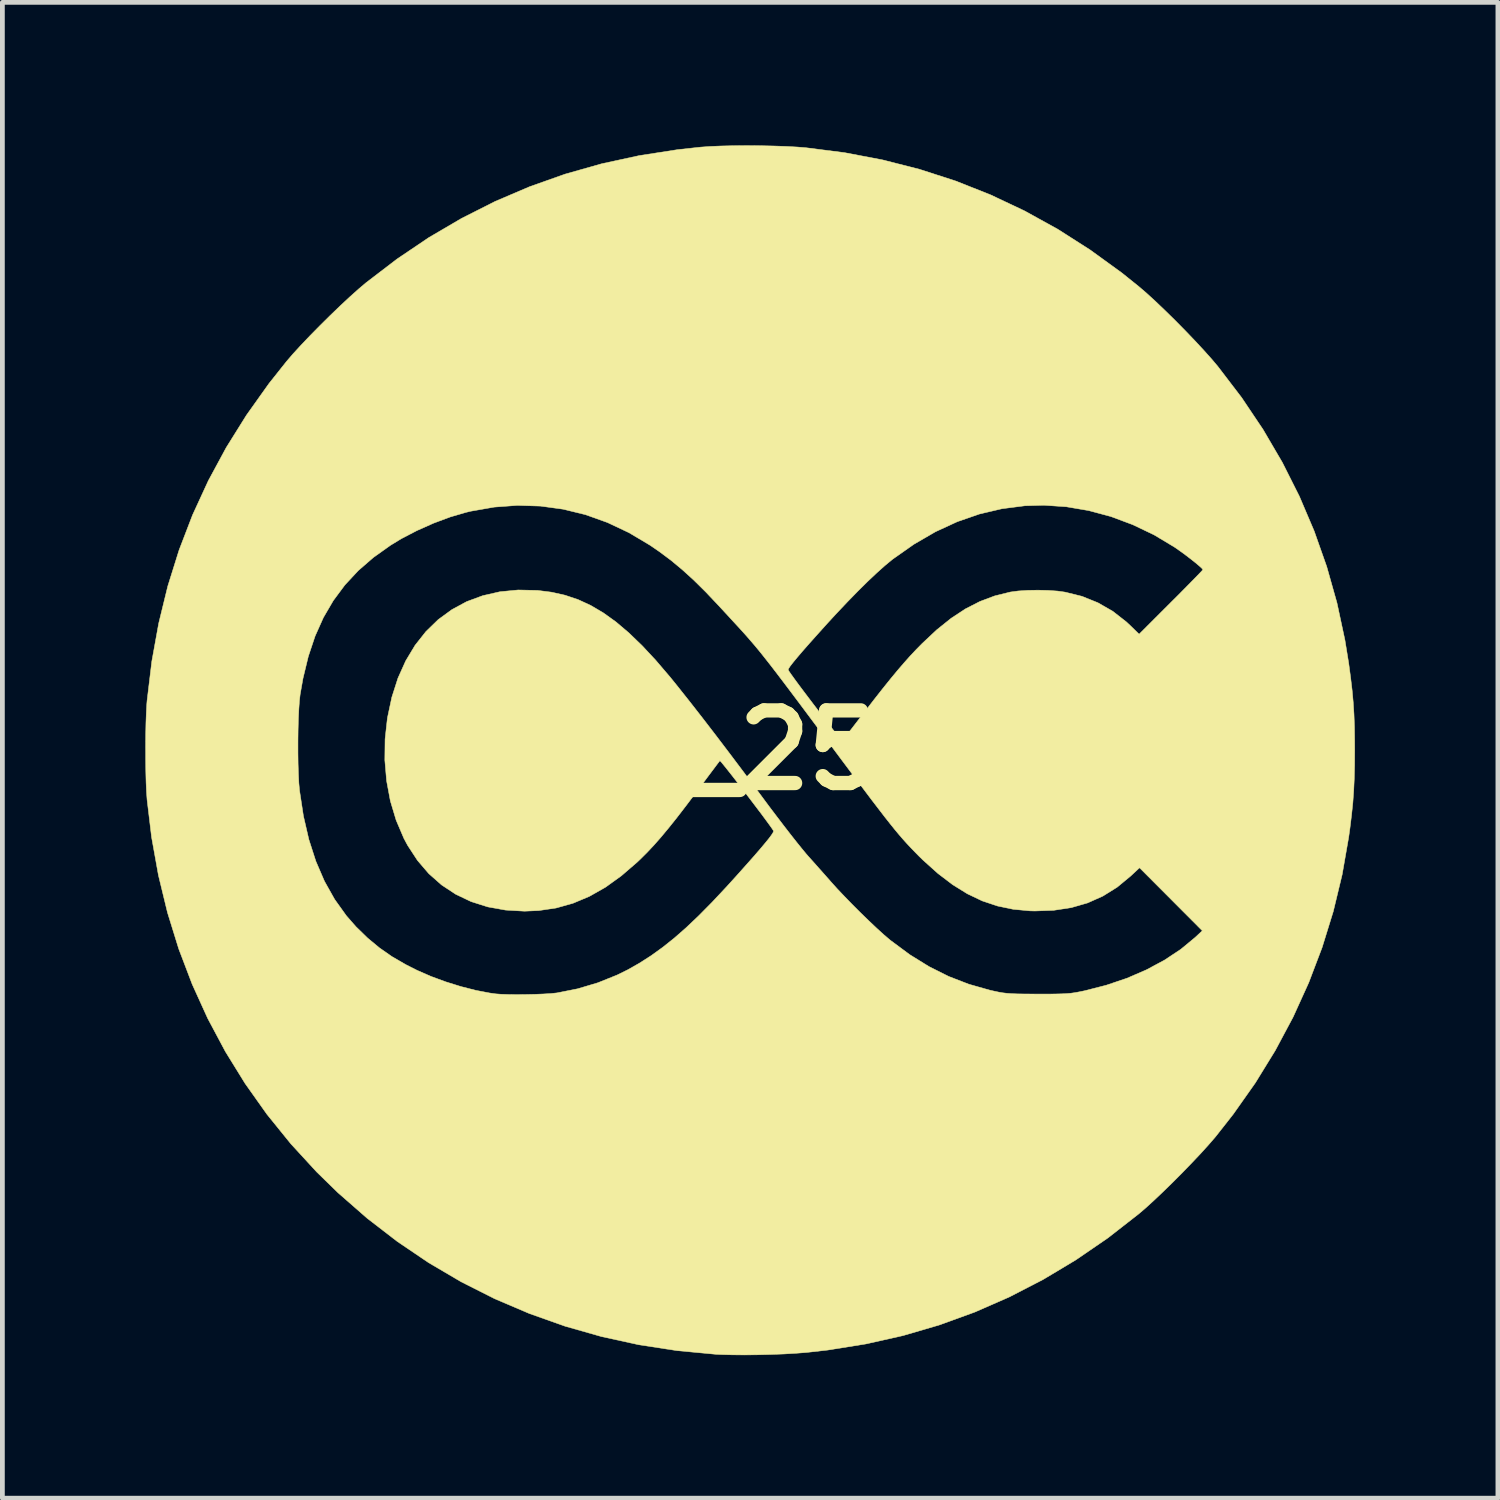
<source format=kicad_pcb>
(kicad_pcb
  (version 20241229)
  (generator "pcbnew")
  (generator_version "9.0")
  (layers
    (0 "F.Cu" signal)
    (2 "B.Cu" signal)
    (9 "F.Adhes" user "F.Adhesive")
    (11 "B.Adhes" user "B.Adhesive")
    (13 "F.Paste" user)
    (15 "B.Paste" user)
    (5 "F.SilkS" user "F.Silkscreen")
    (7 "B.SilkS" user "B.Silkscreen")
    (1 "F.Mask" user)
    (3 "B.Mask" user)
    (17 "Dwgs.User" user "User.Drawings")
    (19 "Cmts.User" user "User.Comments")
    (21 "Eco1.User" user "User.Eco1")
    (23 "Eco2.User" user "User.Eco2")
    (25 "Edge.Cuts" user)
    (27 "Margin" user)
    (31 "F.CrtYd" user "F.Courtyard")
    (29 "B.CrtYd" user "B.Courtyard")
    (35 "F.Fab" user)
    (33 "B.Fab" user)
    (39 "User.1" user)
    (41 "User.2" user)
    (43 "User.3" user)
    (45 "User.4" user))
  (footprint "Logo_25mm"
    (layer "F.Cu")
    (at 12.688 12.689)
    (property "Reference" "Logo_25mm" (at 0 0 0) (layer "F.SilkS") (effects (font (size 1.524 1.524) (thickness 0.3))))
    (attr through_hole)
    (fp_poly (pts (xy 0.214 -12.682) (xy 0.495 -12.676) (xy 0.759 -12.667) (xy 0.996 -12.654) (xy 1.168 -12.64) (xy 1.983 -12.536) (xy 2.777 -12.385) (xy 3.551 -12.188) (xy 4.306 -11.944) (xy 5.041 -11.653) (xy 5.757 -11.315) (xy 6.454 -10.93) (xy 7.132 -10.497) (xy 7.793 -10.018) (xy 8.153 -9.729) (xy 8.315 -9.59) (xy 8.501 -9.42) (xy 8.704 -9.226) (xy 8.916 -9.018) (xy 9.128 -8.803) (xy 9.333 -8.589) (xy 9.523 -8.384) (xy 9.691 -8.196) (xy 9.813 -8.051) (xy 10.311 -7.399) (xy 10.762 -6.727) (xy 11.167 -6.035) (xy 11.524 -5.325) (xy 11.834 -4.597) (xy 12.097 -3.852) (xy 12.312 -3.09) (xy 12.479 -2.311) (xy 12.558 -1.826) (xy 12.598 -1.527) (xy 12.63 -1.259) (xy 12.653 -1.006) (xy 12.669 -0.755) (xy 12.679 -0.49) (xy 12.683 -0.197) (xy 12.684 0) (xy 12.682 0.316) (xy 12.675 0.596) (xy 12.663 0.854) (xy 12.645 1.105) (xy 12.618 1.362) (xy 12.584 1.64) (xy 12.558 1.826) (xy 12.421 2.61) (xy 12.235 3.382) (xy 12.001 4.138) (xy 11.72 4.877) (xy 11.392 5.599) (xy 11.018 6.3) (xy 10.599 6.981) (xy 10.134 7.64) (xy 9.767 8.107) (xy 9.629 8.267) (xy 9.463 8.451) (xy 9.275 8.65) (xy 9.074 8.858) (xy 8.867 9.066) (xy 8.662 9.266) (xy 8.468 9.45) (xy 8.291 9.611) (xy 8.153 9.729) (xy 7.503 10.236) (xy 6.833 10.695) (xy 6.145 11.107) (xy 5.438 11.472) (xy 4.712 11.79) (xy 3.968 12.06) (xy 3.206 12.283) (xy 2.426 12.458) (xy 1.627 12.586) (xy 1.184 12.636) (xy 0.965 12.653) (xy 0.712 12.668) (xy 0.439 12.678) (xy 0.159 12.685) (xy -0.116 12.688) (xy -0.373 12.686) (xy -0.6 12.68) (xy -0.714 12.675) (xy -1.532 12.598) (xy -2.333 12.475) (xy -3.118 12.303) (xy -3.884 12.085) (xy -4.631 11.82) (xy -5.358 11.51) (xy -6.063 11.154) (xy -6.745 10.753) (xy -7.404 10.307) (xy -8.038 9.818) (xy -8.646 9.286) (xy -9.094 8.849) (xy -9.637 8.258) (xy -10.137 7.64) (xy -10.595 6.994) (xy -11.009 6.324) (xy -11.38 5.628) (xy -11.706 4.91) (xy -11.988 4.169) (xy -12.224 3.407) (xy -12.414 2.625) (xy -12.558 1.824) (xy -12.652 1.041) (xy -12.664 0.878) (xy -12.673 0.674) (xy -12.679 0.441) (xy -12.682 0.19) (xy -12.682 0.05) (xy -9.487 0.05) (xy -9.484 0.284) (xy -9.477 0.5) (xy -9.468 0.69) (xy -9.454 0.843) (xy -9.453 0.851) (xy -9.372 1.382) (xy -9.258 1.875) (xy -9.111 2.331) (xy -8.931 2.749) (xy -8.717 3.13) (xy -8.47 3.475) (xy -8.271 3.702) (xy -8.027 3.94) (xy -7.779 4.146) (xy -7.514 4.331) (xy -7.22 4.501) (xy -6.982 4.621) (xy -6.696 4.746) (xy -6.386 4.86) (xy -6.068 4.959) (xy -5.755 5.039) (xy -5.462 5.095) (xy -5.334 5.113) (xy -5.221 5.121) (xy -5.07 5.126) (xy -4.894 5.128) (xy -4.705 5.126) (xy -4.515 5.122) (xy -4.338 5.115) (xy -4.184 5.106) (xy -4.067 5.094) (xy -4.051 5.092) (xy -3.619 5.006) (xy -3.193 4.879) (xy -2.788 4.716) (xy -2.565 4.606) (xy -2.319 4.466) (xy -2.077 4.311) (xy -1.837 4.138) (xy -1.593 3.944) (xy -1.341 3.723) (xy -1.078 3.473) (xy -0.799 3.191) (xy -0.499 2.871) (xy -0.282 2.632) (xy -0.085 2.411) (xy 0.08 2.225) (xy 0.213 2.071) (xy 0.318 1.946) (xy 0.397 1.849) (xy 0.45 1.777) (xy 0.481 1.728) (xy 0.492 1.698) (xy 0.49 1.691) (xy 0.461 1.646) (xy 0.407 1.57) (xy 0.333 1.469) (xy 0.243 1.347) (xy 0.14 1.211) (xy 0.03 1.066) (xy -0.083 0.917) (xy -0.197 0.769) (xy -0.305 0.628) (xy -0.405 0.5) (xy -0.492 0.39) (xy -0.562 0.303) (xy -0.61 0.245) (xy -0.634 0.221) (xy -0.635 0.221) (xy -0.654 0.246) (xy -0.7 0.306) (xy -0.768 0.397) (xy -0.856 0.514) (xy -0.958 0.651) (xy -1.072 0.804) (xy -1.136 0.889) (xy -1.351 1.174) (xy -1.542 1.422) (xy -1.715 1.638) (xy -1.873 1.828) (xy -2.021 1.996) (xy -2.164 2.148) (xy -2.306 2.289) (xy -2.369 2.349) (xy -2.703 2.637) (xy -3.037 2.877) (xy -3.374 3.068) (xy -3.717 3.212) (xy -4.07 3.311) (xy -4.435 3.365) (xy -4.733 3.378) (xy -5.13 3.355) (xy -5.504 3.288) (xy -5.854 3.177) (xy -6.177 3.023) (xy -6.474 2.827) (xy -6.742 2.59) (xy -6.98 2.312) (xy -7.187 1.995) (xy -7.265 1.849) (xy -7.427 1.469) (xy -7.548 1.066) (xy -7.627 0.643) (xy -7.664 0.209) (xy -7.659 -0.233) (xy -7.61 -0.675) (xy -7.517 -1.112) (xy -7.517 -1.112) (xy -7.389 -1.511) (xy -7.226 -1.874) (xy -7.03 -2.2) (xy -6.802 -2.489) (xy -6.545 -2.739) (xy -6.259 -2.948) (xy -5.947 -3.117) (xy -5.609 -3.242) (xy -5.249 -3.324) (xy -4.867 -3.361) (xy -4.464 -3.352) (xy -4.461 -3.352) (xy -4.168 -3.315) (xy -3.886 -3.252) (xy -3.613 -3.161) (xy -3.346 -3.038) (xy -3.081 -2.882) (xy -2.815 -2.691) (xy -2.545 -2.462) (xy -2.267 -2.194) (xy -1.978 -1.884) (xy -1.676 -1.53) (xy -1.54 -1.362) (xy -1.277 -1.031) (xy -1.009 -0.688) (xy -0.732 -0.328) (xy -0.441 0.055) (xy -0.13 0.468) (xy 0.203 0.916) (xy 0.237 0.962) (xy 0.391 1.17) (xy 0.547 1.376) (xy 0.698 1.574) (xy 0.841 1.759) (xy 0.971 1.924) (xy 1.084 2.064) (xy 1.173 2.172) (xy 1.217 2.223) (xy 1.333 2.352) (xy 1.457 2.492) (xy 1.578 2.628) (xy 1.681 2.745) (xy 1.702 2.769) (xy 1.83 2.911) (xy 1.982 3.071) (xy 2.148 3.242) (xy 2.32 3.414) (xy 2.492 3.581) (xy 2.655 3.735) (xy 2.802 3.869) (xy 2.924 3.973) (xy 2.946 3.991) (xy 3.349 4.29) (xy 3.753 4.54) (xy 4.164 4.746) (xy 4.588 4.91) (xy 5.031 5.036) (xy 5.131 5.058) (xy 5.22 5.077) (xy 5.303 5.091) (xy 5.389 5.101) (xy 5.487 5.108) (xy 5.605 5.113) (xy 5.752 5.115) (xy 5.936 5.116) (xy 6.045 5.117) (xy 6.248 5.117) (xy 6.408 5.115) (xy 6.536 5.112) (xy 6.641 5.107) (xy 6.731 5.099) (xy 6.815 5.087) (xy 6.903 5.071) (xy 7.005 5.05) (xy 7.016 5.048) (xy 7.472 4.931) (xy 7.907 4.784) (xy 8.316 4.607) (xy 8.694 4.404) (xy 9.035 4.178) (xy 9.335 3.93) (xy 9.346 3.92) (xy 9.487 3.788) (xy 8.17 2.467) (xy 7.982 2.642) (xy 7.7 2.875) (xy 7.4 3.062) (xy 7.079 3.205) (xy 6.735 3.304) (xy 6.367 3.36) (xy 5.972 3.374) (xy 5.867 3.371) (xy 5.52 3.338) (xy 5.189 3.269) (xy 4.869 3.162) (xy 4.557 3.013) (xy 4.249 2.822) (xy 3.939 2.586) (xy 3.624 2.303) (xy 3.542 2.223) (xy 3.456 2.135) (xy 3.374 2.05) (xy 3.294 1.965) (xy 3.213 1.875) (xy 3.129 1.778) (xy 3.038 1.669) (xy 2.939 1.546) (xy 2.827 1.404) (xy 2.701 1.24) (xy 2.556 1.051) (xy 2.392 0.833) (xy 2.204 0.583) (xy 1.99 0.297) (xy 1.891 0.165) (xy 1.631 -0.184) (xy 1.399 -0.495) (xy 1.192 -0.772) (xy 1.009 -1.017) (xy 0.846 -1.234) (xy 0.702 -1.425) (xy 0.574 -1.593) (xy 0.503 -1.686) (xy 0.798 -1.686) (xy 0.799 -1.685) (xy 0.818 -1.652) (xy 0.864 -1.586) (xy 0.931 -1.493) (xy 1.016 -1.377) (xy 1.115 -1.245) (xy 1.223 -1.102) (xy 1.336 -0.953) (xy 1.45 -0.804) (xy 1.561 -0.66) (xy 1.665 -0.526) (xy 1.757 -0.408) (xy 1.835 -0.311) (xy 1.892 -0.241) (xy 1.926 -0.203) (xy 1.933 -0.197) (xy 1.952 -0.222) (xy 1.999 -0.281) (xy 2.068 -0.37) (xy 2.155 -0.483) (xy 2.257 -0.616) (xy 2.37 -0.762) (xy 2.389 -0.787) (xy 2.598 -1.058) (xy 2.782 -1.292) (xy 2.946 -1.496) (xy 3.094 -1.675) (xy 3.231 -1.834) (xy 3.36 -1.979) (xy 3.488 -2.115) (xy 3.607 -2.236) (xy 3.915 -2.525) (xy 4.217 -2.767) (xy 4.518 -2.965) (xy 4.821 -3.12) (xy 5.132 -3.237) (xy 5.455 -3.317) (xy 5.459 -3.318) (xy 5.623 -3.34) (xy 5.821 -3.353) (xy 6.036 -3.357) (xy 6.251 -3.352) (xy 6.452 -3.338) (xy 6.608 -3.316) (xy 6.963 -3.228) (xy 7.297 -3.093) (xy 7.609 -2.914) (xy 7.894 -2.691) (xy 7.976 -2.614) (xy 8.161 -2.434) (xy 8.83 -3.103) (xy 8.982 -3.254) (xy 9.121 -3.395) (xy 9.244 -3.52) (xy 9.348 -3.626) (xy 9.427 -3.708) (xy 9.479 -3.763) (xy 9.499 -3.787) (xy 9.5 -3.787) (xy 9.48 -3.813) (xy 9.427 -3.862) (xy 9.349 -3.928) (xy 9.252 -4.005) (xy 9.145 -4.087) (xy 9.036 -4.167) (xy 8.933 -4.24) (xy 8.9 -4.262) (xy 8.473 -4.518) (xy 8.027 -4.731) (xy 7.569 -4.902) (xy 7.103 -5.027) (xy 6.633 -5.107) (xy 6.164 -5.139) (xy 5.766 -5.128) (xy 5.285 -5.066) (xy 4.812 -4.955) (xy 4.347 -4.794) (xy 3.889 -4.583) (xy 3.439 -4.322) (xy 2.996 -4.011) (xy 2.972 -3.992) (xy 2.828 -3.873) (xy 2.657 -3.72) (xy 2.464 -3.538) (xy 2.255 -3.331) (xy 2.035 -3.105) (xy 1.808 -2.865) (xy 1.624 -2.665) (xy 1.415 -2.433) (xy 1.239 -2.236) (xy 1.095 -2.072) (xy 0.982 -1.939) (xy 0.897 -1.836) (xy 0.839 -1.761) (xy 0.807 -1.711) (xy 0.798 -1.686) (xy 0.503 -1.686) (xy 0.46 -1.742) (xy 0.356 -1.875) (xy 0.262 -1.994) (xy 0.174 -2.103) (xy 0.09 -2.204) (xy 0.007 -2.3) (xy -0.076 -2.396) (xy -0.163 -2.493) (xy -0.255 -2.594) (xy -0.356 -2.703) (xy -0.466 -2.823) (xy -0.59 -2.957) (xy -0.664 -3.037) (xy -0.934 -3.322) (xy -1.185 -3.57) (xy -1.425 -3.788) (xy -1.661 -3.984) (xy -1.902 -4.164) (xy -2.097 -4.298) (xy -2.54 -4.562) (xy -2.993 -4.776) (xy -3.454 -4.941) (xy -3.924 -5.056) (xy -4.4 -5.121) (xy -4.882 -5.136) (xy -5.369 -5.1) (xy -5.859 -5.014) (xy -5.963 -4.989) (xy -6.295 -4.892) (xy -6.643 -4.762) (xy -6.989 -4.608) (xy -7.318 -4.437) (xy -7.543 -4.3) (xy -7.903 -4.044) (xy -8.222 -3.767) (xy -8.502 -3.466) (xy -8.745 -3.139) (xy -8.953 -2.783) (xy -9.127 -2.394) (xy -9.269 -1.969) (xy -9.381 -1.507) (xy -9.441 -1.168) (xy -9.456 -1.036) (xy -9.468 -0.862) (xy -9.478 -0.657) (xy -9.484 -0.43) (xy -9.487 -0.191) (xy -9.487 0.05) (xy -12.682 0.05) (xy -12.683 -0.069) (xy -12.681 -0.326) (xy -12.676 -0.569) (xy -12.668 -0.787) (xy -12.658 -0.971) (xy -12.652 -1.041) (xy -12.553 -1.863) (xy -12.408 -2.663) (xy -12.218 -3.441) (xy -11.981 -4.198) (xy -11.698 -4.935) (xy -11.368 -5.652) (xy -10.991 -6.35) (xy -10.567 -7.029) (xy -10.096 -7.691) (xy -9.729 -8.153) (xy -9.592 -8.313) (xy -9.423 -8.497) (xy -9.232 -8.698) (xy -9.025 -8.908) (xy -8.812 -9.119) (xy -8.6 -9.323) (xy -8.396 -9.513) (xy -8.209 -9.68) (xy -8.058 -9.808) (xy -7.408 -10.305) (xy -6.741 -10.755) (xy -6.055 -11.157) (xy -5.351 -11.513) (xy -4.627 -11.822) (xy -3.882 -12.086) (xy -3.116 -12.303) (xy -2.329 -12.474) (xy -1.519 -12.6) (xy -1.041 -12.652) (xy -0.847 -12.666) (xy -0.613 -12.676) (xy -0.351 -12.682) (xy -0.071 -12.684) (xy 0.214 -12.682)) (stroke (width 0.01) (type solid)) (fill yes) (layer "F.SilkS")))
  (gr_rect
    (start -3 -3)
    (end 28.377 28.382)
    (stroke (width 0.1) (type default))
    (fill no)
    (layer "Edge.Cuts")))
</source>
